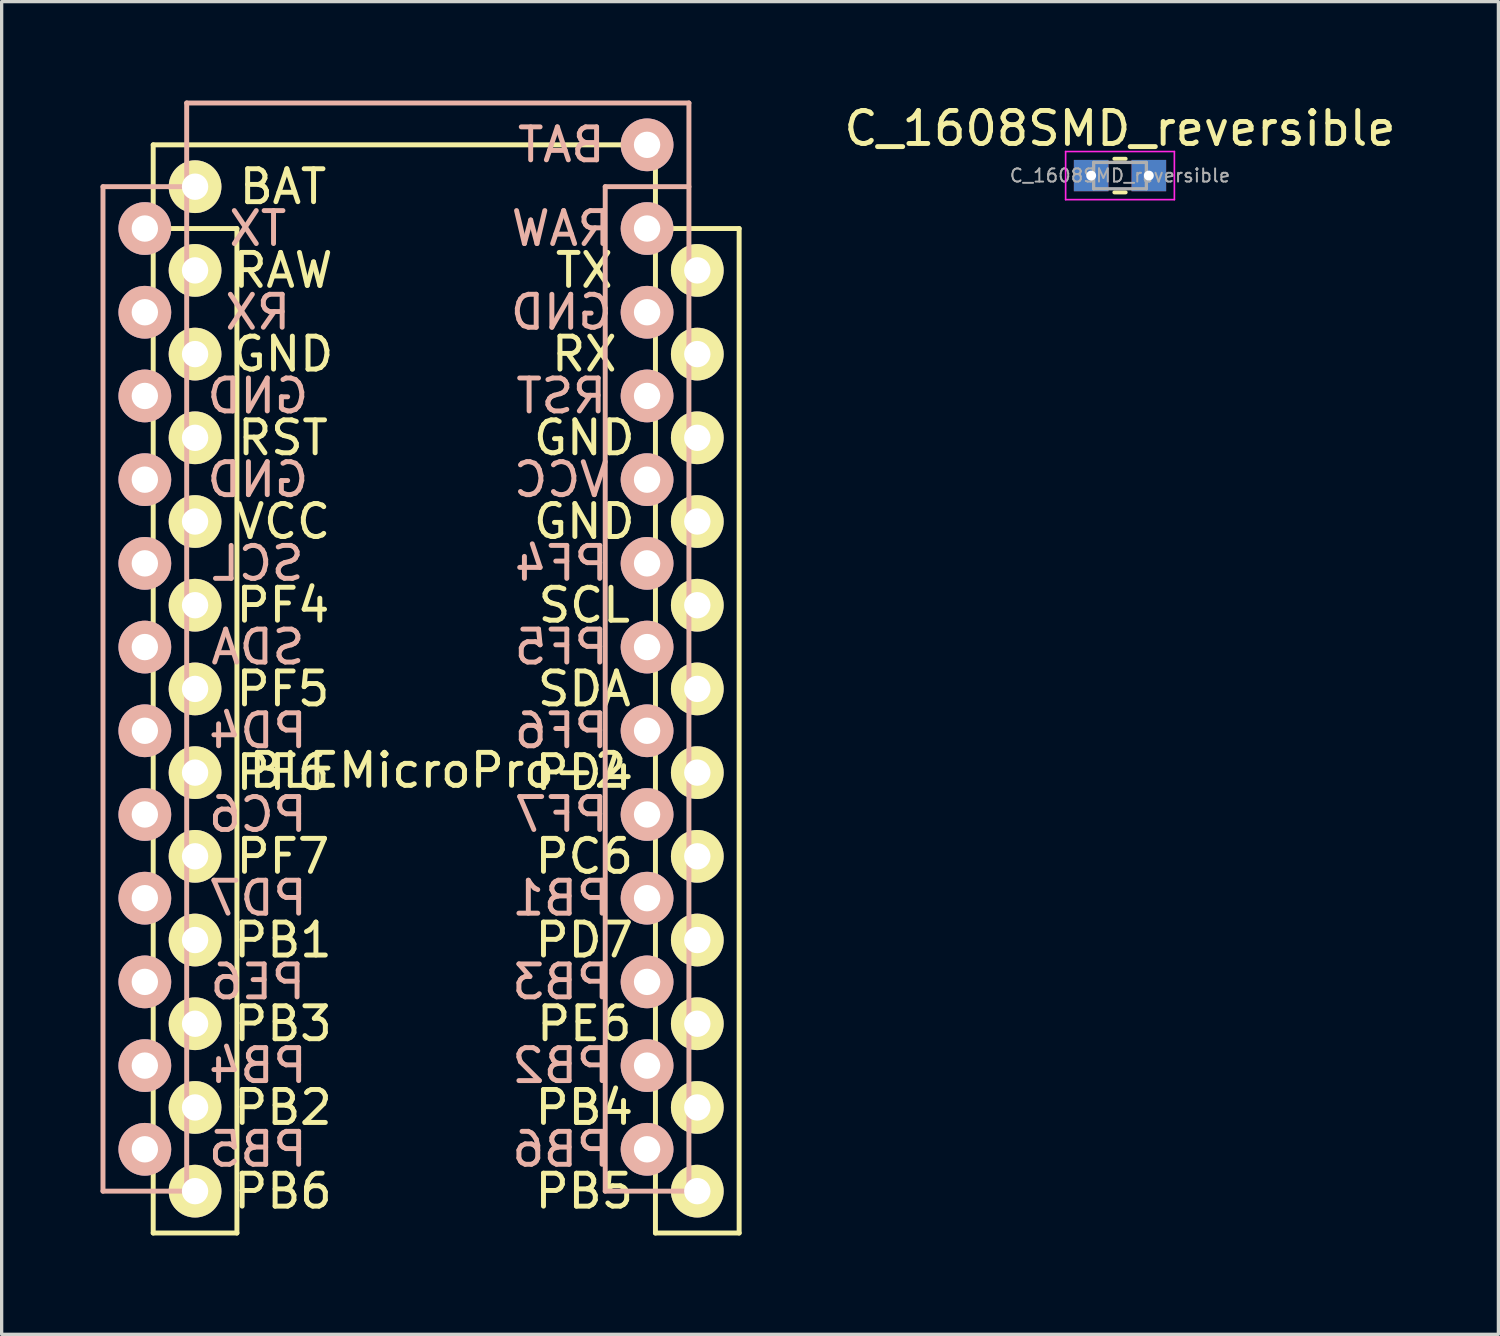
<source format=kicad_pcb>
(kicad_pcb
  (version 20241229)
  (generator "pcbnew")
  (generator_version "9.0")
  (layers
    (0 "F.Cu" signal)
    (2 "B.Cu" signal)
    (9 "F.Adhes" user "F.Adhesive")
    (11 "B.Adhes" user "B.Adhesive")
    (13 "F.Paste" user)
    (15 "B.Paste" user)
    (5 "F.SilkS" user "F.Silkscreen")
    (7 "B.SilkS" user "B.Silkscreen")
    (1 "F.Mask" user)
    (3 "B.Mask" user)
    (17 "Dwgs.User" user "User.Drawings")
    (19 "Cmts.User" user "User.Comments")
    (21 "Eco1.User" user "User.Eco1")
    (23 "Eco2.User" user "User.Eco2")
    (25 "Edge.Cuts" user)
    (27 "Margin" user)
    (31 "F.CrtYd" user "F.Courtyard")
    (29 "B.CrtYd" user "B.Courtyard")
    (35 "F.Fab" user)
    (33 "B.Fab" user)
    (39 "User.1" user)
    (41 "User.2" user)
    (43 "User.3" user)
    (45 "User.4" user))
  (footprint "BLEMicroPro-2"
    (layer "F.Cu")
    (at 10.235 19.125)
    (property "Reference" "BLEMicroPro-2" (at 0 1.2 0) (layer "F.SilkS") (effects (font (size 1 1) (thickness 0.15))))
    (attr through_hole)
    (fp_line (start -8.636 -17.78) (end -8.636 15.24) (stroke (width 0.15) (type solid)) (layer "F.SilkS"))
    (fp_line (start -8.636 15.24) (end -6.096 15.24) (stroke (width 0.15) (type solid)) (layer "F.SilkS"))
    (fp_line (start -6.096 -15.24) (end -8.636 -15.24) (stroke (width 0.15) (type solid)) (layer "F.SilkS"))
    (fp_line (start -6.096 15.24) (end -6.096 -15.24) (stroke (width 0.15) (type solid)) (layer "F.SilkS"))
    (fp_line (start 6.604 -17.78) (end -8.636 -17.78) (stroke (width 0.15) (type solid)) (layer "F.SilkS"))
    (fp_line (start 6.604 -17.78) (end 6.604 15.24) (stroke (width 0.15) (type solid)) (layer "F.SilkS"))
    (fp_line (start 6.604 15.24) (end 9.144 15.24) (stroke (width 0.15) (type solid)) (layer "F.SilkS"))
    (fp_line (start 9.144 -15.24) (end 6.604 -15.24) (stroke (width 0.15) (type solid)) (layer "F.SilkS"))
    (fp_line (start 9.144 15.24) (end 9.144 -15.24) (stroke (width 0.15) (type solid)) (layer "F.SilkS"))
    (fp_line (start -10.16 -16.51) (end -7.62 -16.51) (stroke (width 0.15) (type solid)) (layer "B.SilkS"))
    (fp_line (start -10.16 13.97) (end -10.16 -16.51) (stroke (width 0.15) (type solid)) (layer "B.SilkS"))
    (fp_line (start -7.62 -19.05) (end -7.62 13.97) (stroke (width 0.15) (type solid)) (layer "B.SilkS"))
    (fp_line (start -7.62 -19.05) (end 7.62 -19.05) (stroke (width 0.15) (type solid)) (layer "B.SilkS"))
    (fp_line (start -7.62 13.97) (end -10.16 13.97) (stroke (width 0.15) (type solid)) (layer "B.SilkS"))
    (fp_line (start 5.08 -16.51) (end 7.62 -16.51) (stroke (width 0.15) (type solid)) (layer "B.SilkS"))
    (fp_line (start 5.08 13.97) (end 5.08 -16.51) (stroke (width 0.15) (type solid)) (layer "B.SilkS"))
    (fp_line (start 7.62 -19.05) (end 7.62 13.97) (stroke (width 0.15) (type solid)) (layer "B.SilkS"))
    (fp_line (start 7.62 13.97) (end 5.08 13.97) (stroke (width 0.15) (type solid)) (layer "B.SilkS"))
    (fp_text user "RX" (at 4.445 -11.43 0) (layer "F.SilkS") (effects (font (size 1 1) (thickness 0.15))))
    (fp_text user "PB3" (at -4.699 8.89 0) (layer "F.SilkS") (effects (font (size 1 1) (thickness 0.15))))
    (fp_text user "TX" (at 4.445 -13.97 0) (layer "F.SilkS") (effects (font (size 1 1) (thickness 0.15))))
    (fp_text user "PE6" (at 4.445 8.89 0) (layer "F.SilkS") (effects (font (size 1 1) (thickness 0.15))))
    (fp_text user "RST" (at -4.699 -8.89 0) (layer "F.SilkS") (effects (font (size 1 1) (thickness 0.15))))
    (fp_text user "SCL" (at 4.445 -3.81 0) (layer "F.SilkS") (effects (font (size 1 1) (thickness 0.15))))
    (fp_text user "BAT" (at -4.699 -16.51 0) (layer "F.SilkS") (effects (font (size 1 1) (thickness 0.15))))
    (fp_text user "GND" (at 4.445 -8.89 0) (layer "F.SilkS") (effects (font (size 1 1) (thickness 0.15))))
    (fp_text user "GND" (at 4.445 -6.35 0) (layer "F.SilkS") (effects (font (size 1 1) (thickness 0.15))))
    (fp_text user "GND" (at -4.699 -11.43 0) (layer "F.SilkS") (effects (font (size 1 1) (thickness 0.15))))
    (fp_text user "RAW" (at -4.699 -13.97 0) (layer "F.SilkS") (effects (font (size 1 1) (thickness 0.15))))
    (fp_text user "PD7" (at 4.445 6.35 0) (layer "F.SilkS") (effects (font (size 1 1) (thickness 0.15))))
    (fp_text user "PD4" (at 4.445 1.27 0) (layer "F.SilkS") (effects (font (size 1 1) (thickness 0.15))))
    (fp_text user "PF5" (at -4.699 -1.27 0) (layer "F.SilkS") (effects (font (size 1 1) (thickness 0.15))))
    (fp_text user "PC6" (at 4.445 3.81 0) (layer "F.SilkS") (effects (font (size 1 1) (thickness 0.15))))
    (fp_text user "PB1" (at -4.699 6.35 0) (layer "F.SilkS") (effects (font (size 1 1) (thickness 0.15))))
    (fp_text user "PB2" (at -4.699 11.43 0) (layer "F.SilkS") (effects (font (size 1 1) (thickness 0.15))))
    (fp_text user "PB5" (at 4.445 13.97 0) (layer "F.SilkS") (effects (font (size 1 1) (thickness 0.15))))
    (fp_text user "PF7" (at -4.699 3.81 0) (layer "F.SilkS") (effects (font (size 1 1) (thickness 0.15))))
    (fp_text user "VCC" (at -4.699 -6.35 0) (layer "F.SilkS") (effects (font (size 1 1) (thickness 0.15))))
    (fp_text user "PB4" (at 4.445 11.43 0) (layer "F.SilkS") (effects (font (size 1 1) (thickness 0.15))))
    (fp_text user "PB6" (at -4.699 13.97 0) (layer "F.SilkS") (effects (font (size 1 1) (thickness 0.15))))
    (fp_text user "SDA" (at 4.445 -1.27 0) (layer "F.SilkS") (effects (font (size 1 1) (thickness 0.15))))
    (fp_text user "PF4" (at -4.699 -3.81 0) (layer "F.SilkS") (effects (font (size 1 1) (thickness 0.15))))
    (fp_text user "PF6" (at -4.699 1.27 0) (layer "F.SilkS") (effects (font (size 1 1) (thickness 0.15))))
    (fp_text user "SDA" (at -5.461 -2.54 0) (layer "B.SilkS") (effects (font (size 1 1) (thickness 0.15)) (justify mirror)))
    (fp_text user "PB4" (at -5.461 10.16 0) (layer "B.SilkS") (effects (font (size 1 1) (thickness 0.15)) (justify mirror)))
    (fp_text user "PB3" (at 3.747 7.62 0) (layer "B.SilkS") (effects (font (size 1 1) (thickness 0.15)) (justify mirror)))
    (fp_text user "BAT" (at 3.747 -17.78 0) (layer "B.SilkS") (effects (font (size 1 1) (thickness 0.15)) (justify mirror)))
    (fp_text user "SCL" (at -5.461 -5.08 0) (layer "B.SilkS") (effects (font (size 1 1) (thickness 0.15)) (justify mirror)))
    (fp_text user "PF6" (at 3.747 0 0) (layer "B.SilkS") (effects (font (size 1 1) (thickness 0.15)) (justify mirror)))
    (fp_text user "PB6" (at 3.747 12.7 0) (layer "B.SilkS") (effects (font (size 1 1) (thickness 0.15)) (justify mirror)))
    (fp_text user "PC6" (at -5.461 2.54 0) (layer "B.SilkS") (effects (font (size 1 1) (thickness 0.15)) (justify mirror)))
    (fp_text user "GND" (at -5.461 -10.16 0) (layer "B.SilkS") (effects (font (size 1 1) (thickness 0.15)) (justify mirror)))
    (fp_text user "PB5" (at -5.461 12.7 0) (layer "B.SilkS") (effects (font (size 1 1) (thickness 0.15)) (justify mirror)))
    (fp_text user "PF7" (at 3.747 2.54 0) (layer "B.SilkS") (effects (font (size 1 1) (thickness 0.15)) (justify mirror)))
    (fp_text user "PE6" (at -5.461 7.62 0) (layer "B.SilkS") (effects (font (size 1 1) (thickness 0.15)) (justify mirror)))
    (fp_text user "PB1" (at 3.747 5.08 0) (layer "B.SilkS") (effects (font (size 1 1) (thickness 0.15)) (justify mirror)))
    (fp_text user "RST" (at 3.747 -10.16 0) (layer "B.SilkS") (effects (font (size 1 1) (thickness 0.15)) (justify mirror)))
    (fp_text user "RAW" (at 3.747 -15.24 0) (layer "B.SilkS") (effects (font (size 1 1) (thickness 0.15)) (justify mirror)))
    (fp_text user "PF5" (at 3.747 -2.54 0) (layer "B.SilkS") (effects (font (size 1 1) (thickness 0.15)) (justify mirror)))
    (fp_text user "PB2" (at 3.747 10.16 0) (layer "B.SilkS") (effects (font (size 1 1) (thickness 0.15)) (justify mirror)))
    (fp_text user "TX" (at -5.461 -15.24 0) (layer "B.SilkS") (effects (font (size 1 1) (thickness 0.15)) (justify mirror)))
    (fp_text user "VCC" (at 3.747 -7.62 0) (layer "B.SilkS") (effects (font (size 1 1) (thickness 0.15)) (justify mirror)))
    (fp_text user "PD4" (at -5.461 0 0) (layer "B.SilkS") (effects (font (size 1 1) (thickness 0.15)) (justify mirror)))
    (fp_text user "PF4" (at 3.747 -5.08 0) (layer "B.SilkS") (effects (font (size 1 1) (thickness 0.15)) (justify mirror)))
    (fp_text user "GND" (at 3.747 -12.7 0) (layer "B.SilkS") (effects (font (size 1 1) (thickness 0.15)) (justify mirror)))
    (fp_text user "RX" (at -5.461 -12.7 0) (layer "B.SilkS") (effects (font (size 1 1) (thickness 0.15)) (justify mirror)))
    (fp_text user "GND" (at -5.461 -7.62 0) (layer "B.SilkS") (effects (font (size 1 1) (thickness 0.15)) (justify mirror)))
    (fp_text user "PD7" (at -5.461 5.08 0) (layer "B.SilkS") (effects (font (size 1 1) (thickness 0.15)) (justify mirror)))
    (pad "1" thru_hole circle (at -8.89 -15.24) (size 1.6 1.6) (drill 0.8) (layers "*.Cu" "*.Mask" "B.SilkS"))
    (pad "1" thru_hole circle (at 7.874 -13.97 180) (size 1.6 1.6) (drill 0.8) (layers "*.Cu" "*.Mask" "F.SilkS"))
    (pad "2" thru_hole circle (at -8.89 -12.7) (size 1.6 1.6) (drill 0.8) (layers "*.Cu" "*.Mask" "B.SilkS"))
    (pad "2" thru_hole circle (at 7.874 -11.43 180) (size 1.6 1.6) (drill 0.8) (layers "*.Cu" "*.Mask" "F.SilkS"))
    (pad "3" thru_hole circle (at -8.89 -10.16) (size 1.6 1.6) (drill 0.8) (layers "*.Cu" "*.Mask" "B.SilkS"))
    (pad "3" thru_hole circle (at 7.874 -8.89 180) (size 1.6 1.6) (drill 0.8) (layers "*.Cu" "*.Mask" "F.SilkS"))
    (pad "4" thru_hole circle (at -8.89 -7.62) (size 1.6 1.6) (drill 0.8) (layers "*.Cu" "*.Mask" "B.SilkS"))
    (pad "4" thru_hole circle (at 7.874 -6.35 180) (size 1.6 1.6) (drill 0.8) (layers "*.Cu" "*.Mask" "F.SilkS"))
    (pad "5" thru_hole circle (at -8.89 -5.08) (size 1.6 1.6) (drill 0.8) (layers "*.Cu" "*.Mask" "B.SilkS"))
    (pad "5" thru_hole circle (at 7.874 -3.81 180) (size 1.6 1.6) (drill 0.8) (layers "*.Cu" "*.Mask" "F.SilkS"))
    (pad "6" thru_hole circle (at -8.89 -2.54) (size 1.6 1.6) (drill 0.8) (layers "*.Cu" "*.Mask" "B.SilkS"))
    (pad "6" thru_hole circle (at 7.874 -1.27 180) (size 1.6 1.6) (drill 0.8) (layers "*.Cu" "*.Mask" "F.SilkS"))
    (pad "7" thru_hole circle (at -8.89 0) (size 1.6 1.6) (drill 0.8) (layers "*.Cu" "*.Mask" "B.SilkS"))
    (pad "7" thru_hole circle (at 7.874 1.27 180) (size 1.6 1.6) (drill 0.8) (layers "*.Cu" "*.Mask" "F.SilkS"))
    (pad "8" thru_hole circle (at -8.89 2.54) (size 1.6 1.6) (drill 0.8) (layers "*.Cu" "*.Mask" "B.SilkS"))
    (pad "8" thru_hole circle (at 7.874 3.81 180) (size 1.6 1.6) (drill 0.8) (layers "*.Cu" "*.Mask" "F.SilkS"))
    (pad "9" thru_hole circle (at -8.89 5.08) (size 1.6 1.6) (drill 0.8) (layers "*.Cu" "*.Mask" "B.SilkS"))
    (pad "9" thru_hole circle (at 7.874 6.35 180) (size 1.6 1.6) (drill 0.8) (layers "*.Cu" "*.Mask" "F.SilkS"))
    (pad "10" thru_hole circle (at -8.89 7.62) (size 1.6 1.6) (drill 0.8) (layers "*.Cu" "*.Mask" "B.SilkS"))
    (pad "10" thru_hole circle (at 7.874 8.89 180) (size 1.6 1.6) (drill 0.8) (layers "*.Cu" "*.Mask" "F.SilkS"))
    (pad "11" thru_hole circle (at -8.89 10.16) (size 1.6 1.6) (drill 0.8) (layers "*.Cu" "*.Mask" "B.SilkS"))
    (pad "11" thru_hole circle (at 7.874 11.43 180) (size 1.6 1.6) (drill 0.8) (layers "*.Cu" "*.Mask" "F.SilkS"))
    (pad "12" thru_hole circle (at -8.89 12.7) (size 1.6 1.6) (drill 0.8) (layers "*.Cu" "*.Mask" "B.SilkS"))
    (pad "12" thru_hole circle (at 7.874 13.97 180) (size 1.6 1.6) (drill 0.8) (layers "*.Cu" "*.Mask" "F.SilkS"))
    (pad "13" thru_hole circle (at -7.366 13.97 180) (size 1.6 1.6) (drill 0.8) (layers "*.Cu" "*.Mask" "F.SilkS"))
    (pad "13" thru_hole circle (at 6.35 12.7) (size 1.6 1.6) (drill 0.8) (layers "*.Cu" "*.Mask" "B.SilkS"))
    (pad "14" thru_hole circle (at -7.366 11.43 180) (size 1.6 1.6) (drill 0.8) (layers "*.Cu" "*.Mask" "F.SilkS"))
    (pad "14" thru_hole circle (at 6.35 10.16) (size 1.6 1.6) (drill 0.8) (layers "*.Cu" "*.Mask" "B.SilkS"))
    (pad "15" thru_hole circle (at -7.366 8.89 180) (size 1.6 1.6) (drill 0.8) (layers "*.Cu" "*.Mask" "F.SilkS"))
    (pad "15" thru_hole circle (at 6.35 7.62) (size 1.6 1.6) (drill 0.8) (layers "*.Cu" "*.Mask" "B.SilkS"))
    (pad "16" thru_hole circle (at -7.366 6.35 180) (size 1.6 1.6) (drill 0.8) (layers "*.Cu" "*.Mask" "F.SilkS"))
    (pad "16" thru_hole circle (at 6.35 5.08) (size 1.6 1.6) (drill 0.8) (layers "*.Cu" "*.Mask" "B.SilkS"))
    (pad "17" thru_hole circle (at -7.366 3.81 180) (size 1.6 1.6) (drill 0.8) (layers "*.Cu" "*.Mask" "F.SilkS"))
    (pad "17" thru_hole circle (at 6.35 2.54) (size 1.6 1.6) (drill 0.8) (layers "*.Cu" "*.Mask" "B.SilkS"))
    (pad "18" thru_hole circle (at -7.366 1.27 180) (size 1.6 1.6) (drill 0.8) (layers "*.Cu" "*.Mask" "F.SilkS"))
    (pad "18" thru_hole circle (at 6.35 0) (size 1.6 1.6) (drill 0.8) (layers "*.Cu" "*.Mask" "B.SilkS"))
    (pad "19" thru_hole circle (at -7.366 -1.27 180) (size 1.6 1.6) (drill 0.8) (layers "*.Cu" "*.Mask" "F.SilkS"))
    (pad "19" thru_hole circle (at 6.35 -2.54) (size 1.6 1.6) (drill 0.8) (layers "*.Cu" "*.Mask" "B.SilkS"))
    (pad "20" thru_hole circle (at -7.366 -3.81 180) (size 1.6 1.6) (drill 0.8) (layers "*.Cu" "*.Mask" "F.SilkS"))
    (pad "20" thru_hole circle (at 6.35 -5.08) (size 1.6 1.6) (drill 0.8) (layers "*.Cu" "*.Mask" "B.SilkS"))
    (pad "21" thru_hole circle (at -7.366 -6.35 180) (size 1.6 1.6) (drill 0.8) (layers "*.Cu" "*.Mask" "F.SilkS"))
    (pad "21" thru_hole circle (at 6.35 -7.62) (size 1.6 1.6) (drill 0.8) (layers "*.Cu" "*.Mask" "B.SilkS"))
    (pad "22" thru_hole circle (at -7.366 -8.89 180) (size 1.6 1.6) (drill 0.8) (layers "*.Cu" "*.Mask" "F.SilkS"))
    (pad "22" thru_hole circle (at 6.35 -10.16) (size 1.6 1.6) (drill 0.8) (layers "*.Cu" "*.Mask" "B.SilkS"))
    (pad "23" thru_hole circle (at -7.366 -11.43 180) (size 1.6 1.6) (drill 0.8) (layers "*.Cu" "*.Mask" "F.SilkS"))
    (pad "23" thru_hole circle (at 6.35 -12.7) (size 1.6 1.6) (drill 0.8) (layers "*.Cu" "*.Mask" "B.SilkS"))
    (pad "24" thru_hole circle (at -7.366 -13.97 180) (size 1.6 1.6) (drill 0.8) (layers "*.Cu" "*.Mask" "F.SilkS"))
    (pad "24" thru_hole circle (at 6.35 -15.24) (size 1.6 1.6) (drill 0.8) (layers "*.Cu" "*.Mask" "B.SilkS"))
    (pad "25" thru_hole circle (at -7.366 -16.51 180) (size 1.6 1.6) (drill 0.8) (layers "*.Cu" "*.Mask" "F.SilkS"))
    (pad "25" thru_hole circle (at 6.35 -17.78) (size 1.6 1.6) (drill 0.8) (layers "*.Cu" "*.Mask" "B.SilkS")))
  (footprint "C_1608SMD_reversible"
    (layer "F.Cu")
    (at 30.936 2.278)
    (property "Reference" "C_1608SMD_reversible" (at 0 -1.43 0) (layer "F.SilkS") (effects (font (size 1 1) (thickness 0.15))))
    (attr smd)
    (fp_line (start -0.171 -0.51) (end 0.171 -0.51) (stroke (width 0.12) (type solid)) (layer "F.SilkS"))
    (fp_line (start -0.171 0.51) (end 0.171 0.51) (stroke (width 0.12) (type solid)) (layer "F.SilkS"))
    (fp_line (start -1.65 -0.73) (end 1.65 -0.73) (stroke (width 0.05) (type solid)) (layer "F.CrtYd"))
    (fp_line (start -1.65 0.73) (end -1.65 -0.73) (stroke (width 0.05) (type solid)) (layer "F.CrtYd"))
    (fp_line (start 1.65 -0.73) (end 1.65 0.73) (stroke (width 0.05) (type solid)) (layer "F.CrtYd"))
    (fp_line (start 1.65 0.73) (end -1.65 0.73) (stroke (width 0.05) (type solid)) (layer "F.CrtYd"))
    (fp_line (start -0.8 -0.4) (end 0.8 -0.4) (stroke (width 0.1) (type solid)) (layer "F.Fab"))
    (fp_line (start -0.8 0.4) (end -0.8 -0.4) (stroke (width 0.1) (type solid)) (layer "F.Fab"))
    (fp_line (start 0.8 -0.4) (end 0.8 0.4) (stroke (width 0.1) (type solid)) (layer "F.Fab"))
    (fp_line (start 0.8 0.4) (end -0.8 0.4) (stroke (width 0.1) (type solid)) (layer "F.Fab"))
    (fp_text user "${REFERENCE}" (at 0 0 0) (layer "F.Fab") (effects (font (size 0.4 0.4) (thickness 0.06))))
    (pad "1" thru_hole rect (at -0.875 0) (size 1.05 0.95) (drill 0.3) (layers "*.Cu" "*.Mask"))
    (pad "2" thru_hole rect (at 0.875 0) (size 1.05 0.95) (drill 0.3) (layers "*.Cu" "*.Mask")))
  (gr_rect
    (start -3 -3)
    (end 42.418 37.44)
    (stroke (width 0.1) (type default))
    (fill no)
    (layer "Edge.Cuts")))
</source>
